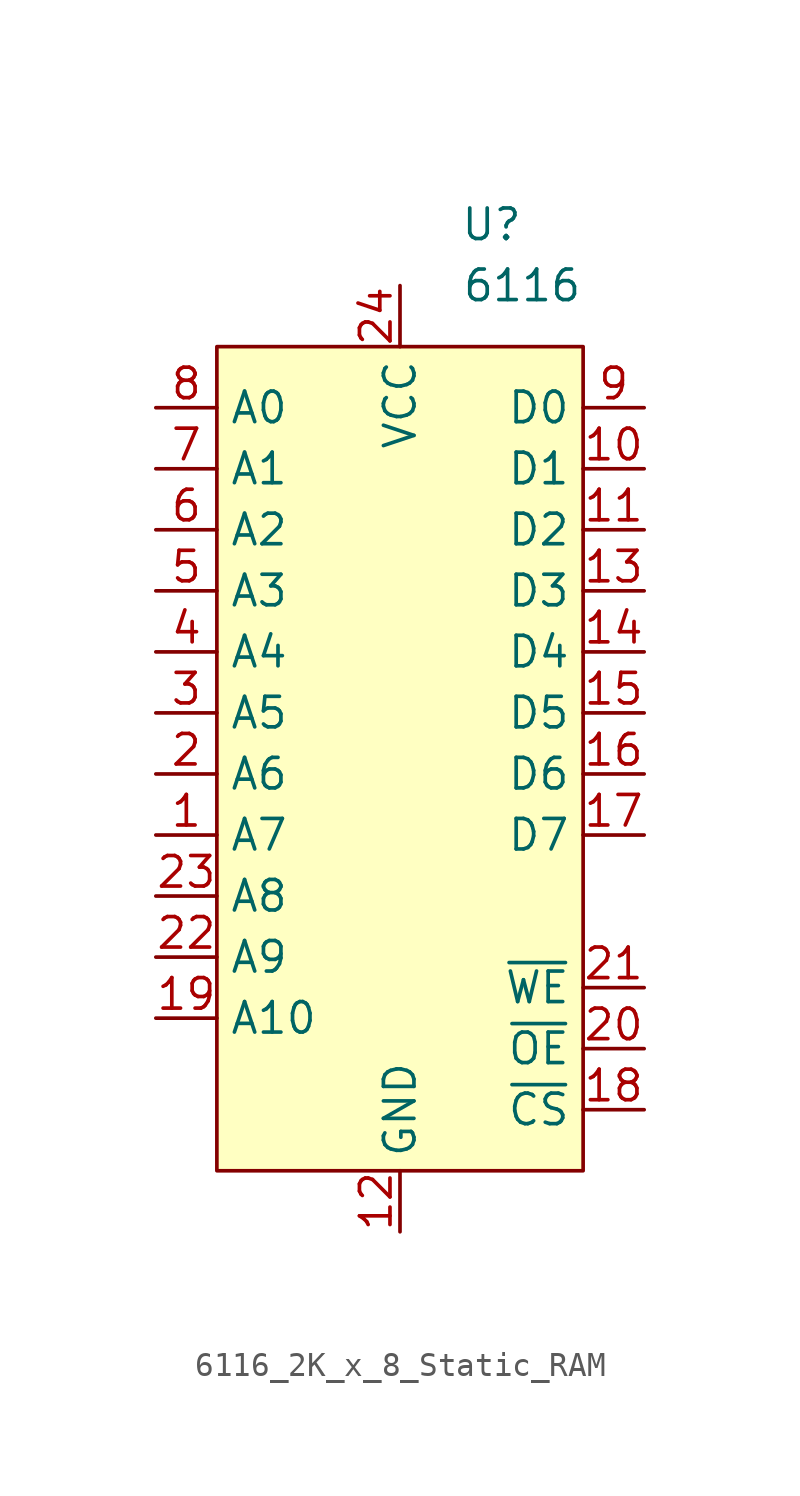
<source format=kicad_sym>
(kicad_symbol_lib
  (version 20220914)
  (generator kicad_symbol_editor)
  (symbol "6116_2K_x_8_Static_RAM"
    (property "Reference" "U"
      (at 3.81 2.54 0)
      (effects (font (size 1.27 1.27))))
    (property "Value" "6116"
      (at 5.08 0 0)
      (effects (font (size 1.27 1.27))))
    (symbol "6116_2K_x_8_Static_RAM_1_1"
      (rectangle (start -7.62 -2.54) (end 7.62 -36.83) (stroke (width 0) (type default)) (fill (type background)))
      (pin input line (at -10.16 -22.86 0) (length 2.54) (name "A7" (effects (font (size 1.27 1.27)))) (number "1" (effects (font (size 1.27 1.27)))))
      (pin bidirectional line (at 10.16 -7.62 180) (length 2.54) (name "D1" (effects (font (size 1.27 1.27)))) (number "10" (effects (font (size 1.27 1.27)))))
      (pin bidirectional line (at 10.16 -10.16 180) (length 2.54) (name "D2" (effects (font (size 1.27 1.27)))) (number "11" (effects (font (size 1.27 1.27)))))
      (pin power_in line (at 0 -39.37 90) (length 2.54) (name "GND" (effects (font (size 1.27 1.27)))) (number "12" (effects (font (size 1.27 1.27)))))
      (pin bidirectional line (at 10.16 -12.7 180) (length 2.54) (name "D3" (effects (font (size 1.27 1.27)))) (number "13" (effects (font (size 1.27 1.27)))))
      (pin bidirectional line (at 10.16 -15.24 180) (length 2.54) (name "D4" (effects (font (size 1.27 1.27)))) (number "14" (effects (font (size 1.27 1.27)))))
      (pin bidirectional line (at 10.16 -17.78 180) (length 2.54) (name "D5" (effects (font (size 1.27 1.27)))) (number "15" (effects (font (size 1.27 1.27)))))
      (pin bidirectional line (at 10.16 -20.32 180) (length 2.54) (name "D6" (effects (font (size 1.27 1.27)))) (number "16" (effects (font (size 1.27 1.27)))))
      (pin bidirectional line (at 10.16 -22.86 180) (length 2.54) (name "D7" (effects (font (size 1.27 1.27)))) (number "17" (effects (font (size 1.27 1.27)))))
      (pin input line (at 10.16 -34.29 180) (length 2.54) (name "~{CS}" (effects (font (size 1.27 1.27)))) (number "18" (effects (font (size 1.27 1.27)))))
      (pin input line (at -10.16 -30.48 0) (length 2.54) (name "A10" (effects (font (size 1.27 1.27)))) (number "19" (effects (font (size 1.27 1.27)))))
      (pin input line (at -10.16 -20.32 0) (length 2.54) (name "A6" (effects (font (size 1.27 1.27)))) (number "2" (effects (font (size 1.27 1.27)))))
      (pin input line (at 10.16 -31.75 180) (length 2.54) (name "~{OE}" (effects (font (size 1.27 1.27)))) (number "20" (effects (font (size 1.27 1.27)))))
      (pin input line (at 10.16 -29.21 180) (length 2.54) (name "~{WE}" (effects (font (size 1.27 1.27)))) (number "21" (effects (font (size 1.27 1.27)))))
      (pin input line (at -10.16 -27.94 0) (length 2.54) (name "A9" (effects (font (size 1.27 1.27)))) (number "22" (effects (font (size 1.27 1.27)))))
      (pin input line (at -10.16 -25.4 0) (length 2.54) (name "A8" (effects (font (size 1.27 1.27)))) (number "23" (effects (font (size 1.27 1.27)))))
      (pin power_in line (at 0 0 270) (length 2.54) (name "VCC" (effects (font (size 1.27 1.27)))) (number "24" (effects (font (size 1.27 1.27)))))
      (pin input line (at -10.16 -17.78 0) (length 2.54) (name "A5" (effects (font (size 1.27 1.27)))) (number "3" (effects (font (size 1.27 1.27)))))
      (pin input line (at -10.16 -15.24 0) (length 2.54) (name "A4" (effects (font (size 1.27 1.27)))) (number "4" (effects (font (size 1.27 1.27)))))
      (pin input line (at -10.16 -12.7 0) (length 2.54) (name "A3" (effects (font (size 1.27 1.27)))) (number "5" (effects (font (size 1.27 1.27)))))
      (pin input line (at -10.16 -10.16 0) (length 2.54) (name "A2" (effects (font (size 1.27 1.27)))) (number "6" (effects (font (size 1.27 1.27)))))
      (pin input line (at -10.16 -7.62 0) (length 2.54) (name "A1" (effects (font (size 1.27 1.27)))) (number "7" (effects (font (size 1.27 1.27)))))
      (pin input line (at -10.16 -5.08 0) (length 2.54) (name "A0" (effects (font (size 1.27 1.27)))) (number "8" (effects (font (size 1.27 1.27)))))
      (pin bidirectional line (at 10.16 -5.08 180) (length 2.54) (name "D0" (effects (font (size 1.27 1.27)))) (number "9" (effects (font (size 1.27 1.27))))))))
</source>
